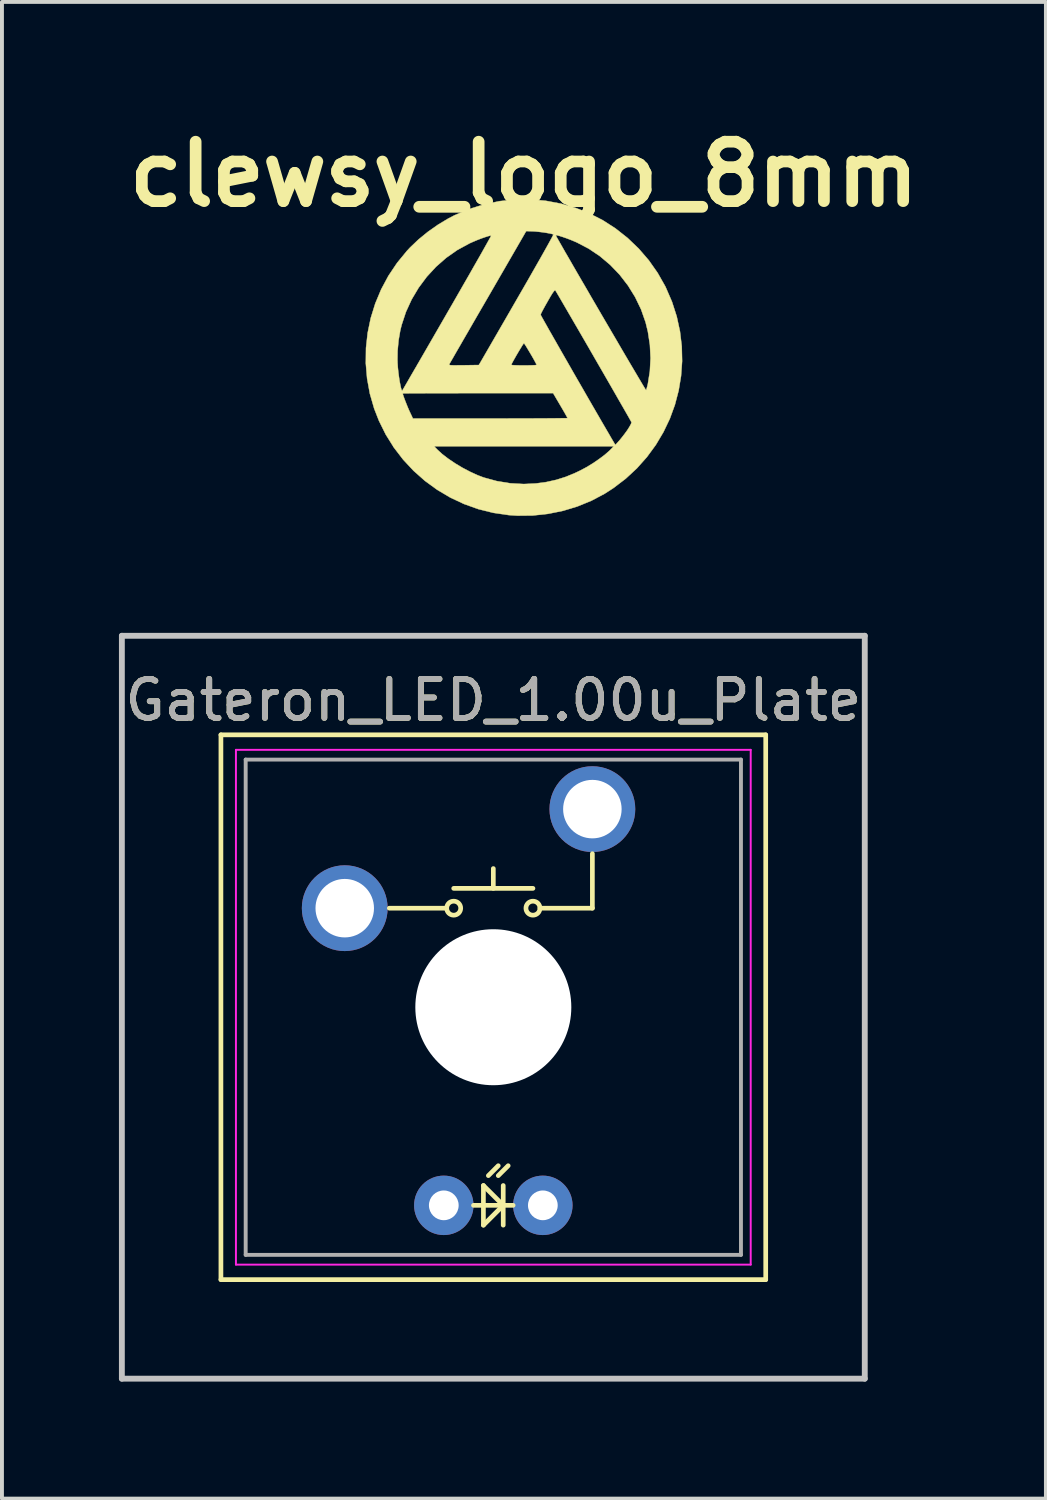
<source format=kicad_pcb>
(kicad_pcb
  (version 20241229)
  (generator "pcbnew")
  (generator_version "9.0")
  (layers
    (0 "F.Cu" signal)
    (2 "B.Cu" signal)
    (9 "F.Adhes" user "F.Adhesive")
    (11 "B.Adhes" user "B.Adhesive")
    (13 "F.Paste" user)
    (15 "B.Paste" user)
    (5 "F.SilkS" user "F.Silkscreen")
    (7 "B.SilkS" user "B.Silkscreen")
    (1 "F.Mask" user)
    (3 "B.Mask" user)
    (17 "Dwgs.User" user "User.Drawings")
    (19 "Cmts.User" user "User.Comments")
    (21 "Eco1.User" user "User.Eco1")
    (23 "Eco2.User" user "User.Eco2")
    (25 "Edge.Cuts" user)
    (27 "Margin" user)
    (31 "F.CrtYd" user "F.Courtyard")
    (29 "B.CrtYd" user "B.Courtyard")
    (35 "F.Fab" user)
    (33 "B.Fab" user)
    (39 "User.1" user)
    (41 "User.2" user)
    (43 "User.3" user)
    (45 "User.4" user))
  (footprint "clewsy_logo_8mm"
    (layer "F.Cu")
    (at 10.385 6.117)
    (property "Reference" "clewsy_logo_8mm" (at 0 -4.699 0) (layer "F.SilkS") (effects (font (size 1.524 1.524) (thickness 0.3))))
    (attr through_hole)
    (fp_poly (pts (xy 0.56 -4.018) (xy 0.953 -3.944) (xy 1.34 -3.83) (xy 1.668 -3.7) (xy 2.018 -3.522) (xy 2.349 -3.309) (xy 2.658 -3.065) (xy 2.944 -2.791) (xy 3.202 -2.492) (xy 3.429 -2.169) (xy 3.624 -1.825) (xy 3.637 -1.798) (xy 3.797 -1.428) (xy 3.918 -1.052) (xy 4.001 -0.671) (xy 4.047 -0.288) (xy 4.056 0.095) (xy 4.029 0.474) (xy 3.967 0.848) (xy 3.871 1.214) (xy 3.741 1.57) (xy 3.577 1.913) (xy 3.382 2.241) (xy 3.155 2.551) (xy 2.897 2.841) (xy 2.609 3.108) (xy 2.291 3.35) (xy 2.064 3.496) (xy 1.727 3.674) (xy 1.37 3.82) (xy 0.997 3.933) (xy 0.613 4.01) (xy 0.224 4.052) (xy -0.165 4.056) (xy -0.392 4.041) (xy -0.786 3.983) (xy -1.169 3.888) (xy -1.538 3.756) (xy -1.891 3.59) (xy -2.225 3.392) (xy -2.539 3.163) (xy -2.83 2.905) (xy -3.096 2.62) (xy -3.334 2.31) (xy -3.355 2.276) (xy -2.304 2.276) (xy -2.224 2.359) (xy -2.099 2.474) (xy -1.944 2.593) (xy -1.767 2.713) (xy -1.577 2.827) (xy -1.381 2.93) (xy -1.19 3.018) (xy -1.031 3.078) (xy -0.694 3.17) (xy -0.349 3.226) (xy -0.002 3.245) (xy 0.308 3.23) (xy 0.579 3.193) (xy 0.83 3.137) (xy 1.074 3.06) (xy 1.324 2.956) (xy 1.453 2.894) (xy 1.608 2.811) (xy 1.767 2.714) (xy 1.922 2.608) (xy 2.064 2.502) (xy 2.181 2.401) (xy 2.224 2.359) (xy 2.304 2.276) (xy -2.304 2.276) (xy -3.355 2.276) (xy -3.543 1.976) (xy -3.719 1.62) (xy -3.84 1.311) (xy -3.951 0.927) (xy -3.952 0.921) (xy -3.109 0.921) (xy -3.102 0.952) (xy -3.082 1.012) (xy -3.053 1.091) (xy -3.018 1.18) (xy -2.982 1.27) (xy -2.947 1.352) (xy -2.929 1.39) (xy -2.847 1.565) (xy -0.865 1.565) (xy -0.585 1.565) (xy -0.317 1.564) (xy -0.063 1.564) (xy 0.174 1.563) (xy 0.39 1.562) (xy 0.584 1.561) (xy 0.752 1.56) (xy 0.891 1.558) (xy 1 1.557) (xy 1.075 1.556) (xy 1.113 1.554) (xy 1.118 1.553) (xy 1.108 1.533) (xy 1.08 1.483) (xy 1.039 1.41) (xy 0.987 1.32) (xy 0.933 1.228) (xy 0.748 0.914) (xy -1.181 0.914) (xy -1.457 0.914) (xy -1.721 0.915) (xy -1.971 0.915) (xy -2.203 0.915) (xy -2.415 0.916) (xy -2.604 0.917) (xy -2.767 0.917) (xy -2.902 0.918) (xy -3.006 0.919) (xy -3.075 0.92) (xy -3.107 0.921) (xy -3.109 0.921) (xy -3.952 0.921) (xy -4.022 0.538) (xy -4.055 0.147) (xy -4.054 0.091) (xy -3.244 0.091) (xy -3.234 0.251) (xy -3.221 0.375) (xy -3.205 0.497) (xy -3.188 0.609) (xy -3.169 0.707) (xy -3.152 0.785) (xy -3.136 0.835) (xy -3.123 0.853) (xy -3.121 0.851) (xy -3.11 0.833) (xy -3.08 0.782) (xy -3.032 0.7) (xy -2.968 0.589) (xy -2.889 0.452) (xy -2.796 0.292) (xy -2.731 0.181) (xy -1.917 0.181) (xy -1.912 0.19) (xy -1.893 0.196) (xy -1.853 0.199) (xy -1.789 0.201) (xy -1.695 0.2) (xy -1.566 0.199) (xy -1.544 0.199) (xy -1.155 0.193) (xy -1.153 0.189) (xy -0.325 0.189) (xy -0.306 0.194) (xy -0.253 0.198) (xy -0.173 0.201) (xy -0.073 0.203) (xy 0 0.203) (xy 0.11 0.202) (xy 0.204 0.2) (xy 0.275 0.197) (xy 0.317 0.192) (xy 0.325 0.189) (xy 0.315 0.165) (xy 0.289 0.115) (xy 0.251 0.045) (xy 0.205 -0.036) (xy 0.155 -0.121) (xy 0.105 -0.204) (xy 0.061 -0.277) (xy 0.026 -0.332) (xy 0.004 -0.362) (xy 0 -0.366) (xy -0.014 -0.349) (xy -0.044 -0.305) (xy -0.084 -0.239) (xy -0.132 -0.16) (xy -0.182 -0.075) (xy -0.231 0.01) (xy -0.273 0.085) (xy -0.305 0.145) (xy -0.323 0.182) (xy -0.325 0.189) (xy -1.153 0.189) (xy -0.409 -1.098) (xy 0.427 -1.098) (xy 0.437 -1.078) (xy 0.465 -1.026) (xy 0.511 -0.944) (xy 0.572 -0.836) (xy 0.646 -0.704) (xy 0.733 -0.552) (xy 0.83 -0.382) (xy 0.935 -0.197) (xy 1.048 -0.000111) (xy 1.166 0.206) (xy 1.287 0.418) (xy 1.411 0.633) (xy 1.535 0.848) (xy 1.657 1.061) (xy 1.777 1.268) (xy 1.892 1.467) (xy 2 1.654) (xy 2.101 1.827) (xy 2.192 1.983) (xy 2.231 2.051) (xy 2.344 2.243) (xy 2.443 2.133) (xy 2.501 2.063) (xy 2.569 1.976) (xy 2.636 1.885) (xy 2.656 1.856) (xy 2.705 1.778) (xy 2.741 1.714) (xy 2.757 1.671) (xy 2.757 1.659) (xy 2.745 1.636) (xy 2.714 1.581) (xy 2.667 1.497) (xy 2.604 1.387) (xy 2.527 1.253) (xy 2.439 1.1) (xy 2.341 0.929) (xy 2.235 0.744) (xy 2.122 0.548) (xy 2.004 0.343) (xy 1.883 0.134) (xy 1.761 -0.078) (xy 1.639 -0.29) (xy 1.519 -0.497) (xy 1.402 -0.699) (xy 1.291 -0.89) (xy 1.187 -1.069) (xy 1.092 -1.232) (xy 1.008 -1.377) (xy 0.936 -1.501) (xy 0.878 -1.6) (xy 0.836 -1.671) (xy 0.811 -1.712) (xy 0.805 -1.721) (xy 0.791 -1.722) (xy 0.769 -1.7) (xy 0.734 -1.652) (xy 0.686 -1.575) (xy 0.623 -1.466) (xy 0.605 -1.434) (xy 0.547 -1.332) (xy 0.497 -1.241) (xy 0.458 -1.167) (xy 0.434 -1.117) (xy 0.427 -1.098) (xy -0.409 -1.098) (xy -0.193 -1.473) (xy -0.055 -1.712) (xy 0.077 -1.941) (xy 0.201 -2.158) (xy 0.316 -2.36) (xy 0.421 -2.544) (xy 0.514 -2.709) (xy 0.594 -2.852) (xy 0.659 -2.97) (xy 0.709 -3.061) (xy 0.741 -3.122) (xy 0.746 -3.132) (xy 0.816 -3.132) (xy 0.83 -3.105) (xy 0.863 -3.046) (xy 0.913 -2.958) (xy 0.978 -2.844) (xy 1.056 -2.707) (xy 1.148 -2.549) (xy 1.249 -2.373) (xy 1.36 -2.181) (xy 1.479 -1.976) (xy 1.604 -1.762) (xy 1.732 -1.54) (xy 1.864 -1.314) (xy 1.997 -1.085) (xy 2.13 -0.858) (xy 2.261 -0.634) (xy 2.389 -0.416) (xy 2.511 -0.206) (xy 2.627 -0.009) (xy 2.735 0.175) (xy 2.834 0.342) (xy 2.921 0.489) (xy 2.995 0.614) (xy 3.054 0.714) (xy 3.098 0.786) (xy 3.124 0.828) (xy 3.132 0.838) (xy 3.142 0.812) (xy 3.158 0.757) (xy 3.176 0.686) (xy 3.177 0.681) (xy 3.229 0.355) (xy 3.247 0.017) (xy 3.23 -0.325) (xy 3.178 -0.664) (xy 3.119 -0.905) (xy 3.003 -1.235) (xy 2.851 -1.55) (xy 2.667 -1.847) (xy 2.454 -2.123) (xy 2.213 -2.374) (xy 1.948 -2.598) (xy 1.661 -2.791) (xy 1.355 -2.951) (xy 1.229 -3.005) (xy 1.11 -3.051) (xy 1.004 -3.088) (xy 0.917 -3.116) (xy 0.854 -3.133) (xy 0.82 -3.137) (xy 0.816 -3.132) (xy 0.746 -3.132) (xy 0.755 -3.152) (xy 0.756 -3.154) (xy 0.726 -3.166) (xy 0.666 -3.18) (xy 0.583 -3.195) (xy 0.487 -3.21) (xy 0.387 -3.222) (xy 0.292 -3.232) (xy 0.217 -3.236) (xy 0.058 -3.241) (xy -0.917 -1.554) (xy -1.057 -1.313) (xy -1.191 -1.082) (xy -1.318 -0.862) (xy -1.436 -0.657) (xy -1.545 -0.469) (xy -1.642 -0.3) (xy -1.727 -0.154) (xy -1.797 -0.031) (xy -1.852 0.064) (xy -1.89 0.13) (xy -1.91 0.164) (xy -1.912 0.168) (xy -1.917 0.181) (xy -2.731 0.181) (xy -2.69 0.109) (xy -2.573 -0.093) (xy -2.446 -0.313) (xy -2.311 -0.547) (xy -2.168 -0.795) (xy -2.019 -1.053) (xy -1.972 -1.135) (xy -1.821 -1.396) (xy -1.677 -1.647) (xy -1.54 -1.886) (xy -1.411 -2.11) (xy -1.293 -2.318) (xy -1.185 -2.507) (xy -1.089 -2.675) (xy -1.008 -2.82) (xy -0.941 -2.939) (xy -0.89 -3.031) (xy -0.856 -3.092) (xy -0.842 -3.122) (xy -0.841 -3.124) (xy -0.866 -3.124) (xy -0.922 -3.11) (xy -1 -3.085) (xy -1.095 -3.052) (xy -1.198 -3.012) (xy -1.302 -2.968) (xy -1.401 -2.924) (xy -1.402 -2.923) (xy -1.707 -2.757) (xy -1.992 -2.557) (xy -2.255 -2.326) (xy -2.492 -2.069) (xy -2.701 -1.788) (xy -2.88 -1.487) (xy -3.026 -1.168) (xy -3.136 -0.835) (xy -3.171 -0.693) (xy -3.215 -0.438) (xy -3.24 -0.171) (xy -3.244 0.091) (xy -4.054 0.091) (xy -4.05 -0.244) (xy -4.007 -0.632) (xy -3.928 -1.013) (xy -3.812 -1.386) (xy -3.661 -1.747) (xy -3.475 -2.094) (xy -3.254 -2.424) (xy -2.999 -2.735) (xy -2.918 -2.822) (xy -2.706 -3.024) (xy -2.465 -3.221) (xy -2.207 -3.403) (xy -1.943 -3.562) (xy -1.778 -3.648) (xy -1.403 -3.807) (xy -1.019 -3.927) (xy -0.628 -4.008) (xy -0.233 -4.051) (xy 0.164 -4.054) (xy 0.56 -4.018)) (stroke (width 0.01) (type solid)) (fill yes) (layer "F.SilkS")))
  (footprint "Gateron_LED_1.00u_Plate"
    (layer "F.Cu")
    (at 9.6 22.778)
    (property "Reference" "Gateron_LED_1.00u_Plate" (at 0 -7.874 0) (layer "F.SilkS") (effects (font (size 1 1) (thickness 0.15))))
    (attr through_hole)
    (fp_line (start -6.985 -6.985) (end 6.985 -6.985) (stroke (width 0.12) (type solid)) (layer "F.SilkS"))
    (fp_line (start -6.985 6.985) (end -6.985 -6.985) (stroke (width 0.12) (type solid)) (layer "F.SilkS"))
    (fp_line (start -2.667 -2.54) (end -1.196 -2.54) (stroke (width 0.12) (type solid)) (layer "F.SilkS"))
    (fp_line (start -1.016 -3.048) (end 1.016 -3.048) (stroke (width 0.12) (type solid)) (layer "F.SilkS"))
    (fp_line (start -0.508 5.08) (end 0.508 5.08) (stroke (width 0.12) (type solid)) (layer "F.SilkS"))
    (fp_line (start -0.254 4.572) (end -0.254 5.588) (stroke (width 0.12) (type solid)) (layer "F.SilkS"))
    (fp_line (start -0.254 5.588) (end 0.254 5.08) (stroke (width 0.12) (type solid)) (layer "F.SilkS"))
    (fp_line (start -0.127 4.318) (end 0.127 4.064) (stroke (width 0.12) (type solid)) (layer "F.SilkS"))
    (fp_line (start 0 -3.048) (end 0 -3.556) (stroke (width 0.12) (type solid)) (layer "F.SilkS"))
    (fp_line (start 0.127 4.318) (end 0.381 4.064) (stroke (width 0.12) (type solid)) (layer "F.SilkS"))
    (fp_line (start 0.254 4.572) (end 0.254 5.588) (stroke (width 0.12) (type solid)) (layer "F.SilkS"))
    (fp_line (start 0.254 5.08) (end -0.254 4.572) (stroke (width 0.12) (type solid)) (layer "F.SilkS"))
    (fp_line (start 1.196 -2.54) (end 2.54 -2.54) (stroke (width 0.12) (type solid)) (layer "F.SilkS"))
    (fp_line (start 2.54 -2.54) (end 2.54 -3.937) (stroke (width 0.12) (type solid)) (layer "F.SilkS"))
    (fp_line (start 6.985 -6.985) (end 6.985 6.985) (stroke (width 0.12) (type solid)) (layer "F.SilkS"))
    (fp_line (start 6.985 6.985) (end -6.985 6.985) (stroke (width 0.12) (type solid)) (layer "F.SilkS"))
    (fp_circle (center -1.016 -2.54) (end -1.143 -2.667) (stroke (width 0.12) (type solid)) (fill no) (layer "F.SilkS"))
    (fp_circle (center 1.016 -2.54) (end 1.143 -2.667) (stroke (width 0.12) (type solid)) (fill no) (layer "F.SilkS"))
    (fp_line (start -9.525 -9.525) (end 9.525 -9.525) (stroke (width 0.15) (type solid)) (layer "Dwgs.User"))
    (fp_line (start -9.525 9.525) (end -9.525 -9.525) (stroke (width 0.15) (type solid)) (layer "Dwgs.User"))
    (fp_line (start 9.525 -9.525) (end 9.525 9.525) (stroke (width 0.15) (type solid)) (layer "Dwgs.User"))
    (fp_line (start 9.525 9.525) (end -9.525 9.525) (stroke (width 0.15) (type solid)) (layer "Dwgs.User"))
    (fp_line (start -6.6 -6.6) (end 6.6 -6.6) (stroke (width 0.05) (type solid)) (layer "F.CrtYd"))
    (fp_line (start -6.6 6.6) (end -6.6 -6.6) (stroke (width 0.05) (type solid)) (layer "F.CrtYd"))
    (fp_line (start 6.6 -6.6) (end 6.6 6.6) (stroke (width 0.05) (type solid)) (layer "F.CrtYd"))
    (fp_line (start 6.6 6.6) (end -6.6 6.6) (stroke (width 0.05) (type solid)) (layer "F.CrtYd"))
    (fp_line (start -6.35 -6.35) (end 6.35 -6.35) (stroke (width 0.1) (type solid)) (layer "F.Fab"))
    (fp_line (start -6.35 6.35) (end -6.35 -6.35) (stroke (width 0.1) (type solid)) (layer "F.Fab"))
    (fp_line (start 6.35 -6.35) (end 6.35 6.35) (stroke (width 0.1) (type solid)) (layer "F.Fab"))
    (fp_line (start 6.35 6.35) (end -6.35 6.35) (stroke (width 0.1) (type solid)) (layer "F.Fab"))
    (fp_text user "${REFERENCE}" (at 0 -7.874 0) (layer "F.Fab") (effects (font (size 1 1) (thickness 0.15))))
    (pad "" np_thru_hole circle (at 0 0) (size 4 4) (drill 4) (layers "*.Cu" "*.Mask"))
    (pad "1" thru_hole circle (at 2.54 -5.08) (size 2.2 2.2) (drill 1.5) (layers "*.Cu" "*.Mask"))
    (pad "2" thru_hole circle (at -3.81 -2.54) (size 2.2 2.2) (drill 1.5) (layers "*.Cu" "*.Mask"))
    (pad "3" thru_hole circle (at 1.27 5.08) (size 1.524 1.524) (drill 0.762) (layers "*.Cu" "*.Mask"))
    (pad "4" thru_hole circle (at -1.27 5.08) (size 1.524 1.524) (drill 0.762) (layers "*.Cu" "*.Mask")))
  (gr_rect
    (start -3 -3)
    (end 23.77 35.378)
    (stroke (width 0.1) (type default))
    (fill no)
    (layer "Edge.Cuts")))
</source>
